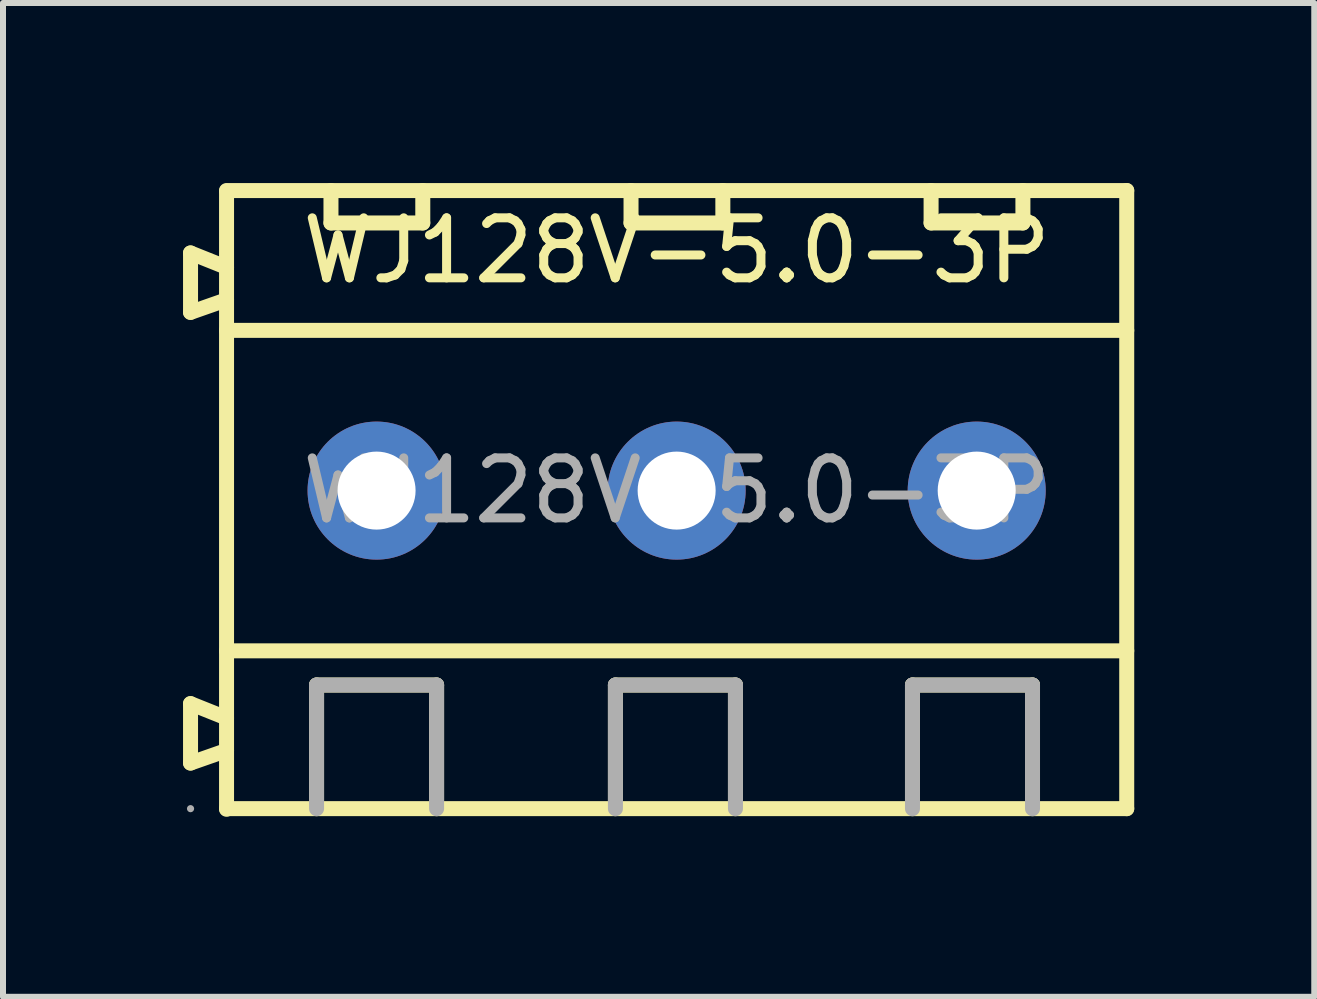
<source format=kicad_pcb>
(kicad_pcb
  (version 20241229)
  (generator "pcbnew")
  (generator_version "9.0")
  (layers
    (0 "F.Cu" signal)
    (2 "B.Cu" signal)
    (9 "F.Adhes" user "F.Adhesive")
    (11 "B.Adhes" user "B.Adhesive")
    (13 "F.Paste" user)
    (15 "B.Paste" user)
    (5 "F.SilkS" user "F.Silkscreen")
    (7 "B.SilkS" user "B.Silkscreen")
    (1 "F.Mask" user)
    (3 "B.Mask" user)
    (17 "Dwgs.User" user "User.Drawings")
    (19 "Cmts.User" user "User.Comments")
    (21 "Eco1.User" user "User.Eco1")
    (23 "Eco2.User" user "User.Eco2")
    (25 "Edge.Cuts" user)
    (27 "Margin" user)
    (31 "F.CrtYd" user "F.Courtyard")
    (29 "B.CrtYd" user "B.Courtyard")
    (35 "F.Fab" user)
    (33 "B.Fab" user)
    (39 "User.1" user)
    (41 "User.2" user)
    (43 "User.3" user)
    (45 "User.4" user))
  (footprint "WJ128V-5.0-3P"
    (layer "F.Cu")
    (at 8.225 5.125)
    (property "Reference" "WJ128V-5.0-3P" (at 0 -4 0) (layer "F.SilkS") (effects (font (size 1 1) (thickness 0.15))))
    (attr through_hole)
    (fp_line (start -8.1 -3.96) (end -8.1 -2.97) (stroke (width 0.25) (type solid)) (layer "F.SilkS"))
    (fp_line (start -8.1 -2.97) (end -7.5 -3.18) (stroke (width 0.25) (type solid)) (layer "F.SilkS"))
    (fp_line (start -8.1 3.55) (end -8.1 4.54) (stroke (width 0.25) (type solid)) (layer "F.SilkS"))
    (fp_line (start -8.1 4.54) (end -7.5 4.33) (stroke (width 0.25) (type solid)) (layer "F.SilkS"))
    (fp_line (start -7.5 -5) (end 7.5 -5) (stroke (width 0.25) (type solid)) (layer "F.SilkS"))
    (fp_line (start -7.5 -4.99) (end -7.5 5.31) (stroke (width 0.25) (type solid)) (layer "F.SilkS"))
    (fp_line (start -7.5 -3.72) (end -8.1 -3.96) (stroke (width 0.25) (type solid)) (layer "F.SilkS"))
    (fp_line (start -7.5 -2.67) (end 7.5 -2.67) (stroke (width 0.25) (type solid)) (layer "F.SilkS"))
    (fp_line (start -7.5 2.67) (end 7.5 2.67) (stroke (width 0.25) (type solid)) (layer "F.SilkS"))
    (fp_line (start -7.5 3.79) (end -8.1 3.55) (stroke (width 0.25) (type solid)) (layer "F.SilkS"))
    (fp_line (start -7.5 5.3) (end 7.5 5.3) (stroke (width 0.25) (type solid)) (layer "F.SilkS"))
    (fp_line (start -6 3.24) (end -4 3.24) (stroke (width 0.25) (type solid)) (layer "F.SilkS"))
    (fp_line (start -6 5.3) (end -6 3.24) (stroke (width 0.25) (type solid)) (layer "F.SilkS"))
    (fp_line (start -5.76 -4.46) (end -5.76 -5) (stroke (width 0.25) (type solid)) (layer "F.SilkS"))
    (fp_line (start -4.23 -5) (end -4.23 -4.46) (stroke (width 0.25) (type solid)) (layer "F.SilkS"))
    (fp_line (start -4.23 -4.46) (end -5.76 -4.46) (stroke (width 0.25) (type solid)) (layer "F.SilkS"))
    (fp_line (start -4 3.24) (end -4 5.3) (stroke (width 0.25) (type solid)) (layer "F.SilkS"))
    (fp_line (start -1.02 3.24) (end 0.98 3.24) (stroke (width 0.25) (type solid)) (layer "F.SilkS"))
    (fp_line (start -1.02 5.3) (end -1.02 3.24) (stroke (width 0.25) (type solid)) (layer "F.SilkS"))
    (fp_line (start -0.76 -4.46) (end -0.76 -5) (stroke (width 0.25) (type solid)) (layer "F.SilkS"))
    (fp_line (start 0.77 -5) (end 0.77 -4.46) (stroke (width 0.25) (type solid)) (layer "F.SilkS"))
    (fp_line (start 0.77 -4.46) (end -0.76 -4.46) (stroke (width 0.25) (type solid)) (layer "F.SilkS"))
    (fp_line (start 0.98 3.24) (end 0.98 5.3) (stroke (width 0.25) (type solid)) (layer "F.SilkS"))
    (fp_line (start 3.93 3.24) (end 5.93 3.24) (stroke (width 0.25) (type solid)) (layer "F.SilkS"))
    (fp_line (start 3.93 5.3) (end 3.93 3.24) (stroke (width 0.25) (type solid)) (layer "F.SilkS"))
    (fp_line (start 4.24 -4.46) (end 4.24 -5) (stroke (width 0.25) (type solid)) (layer "F.SilkS"))
    (fp_line (start 5.77 -5) (end 5.77 -4.46) (stroke (width 0.25) (type solid)) (layer "F.SilkS"))
    (fp_line (start 5.77 -4.46) (end 4.24 -4.46) (stroke (width 0.25) (type solid)) (layer "F.SilkS"))
    (fp_line (start 5.93 3.24) (end 5.93 5.3) (stroke (width 0.25) (type solid)) (layer "F.SilkS"))
    (fp_line (start 7.5 -5) (end 7.5 5.3) (stroke (width 0.25) (type solid)) (layer "F.SilkS"))
    (fp_line (start -6 3.24) (end -4 3.24) (stroke (width 0.25) (type solid)) (layer "F.Fab"))
    (fp_line (start -6 5.3) (end -6 3.24) (stroke (width 0.25) (type solid)) (layer "F.Fab"))
    (fp_line (start -4 3.24) (end -4 5.3) (stroke (width 0.25) (type solid)) (layer "F.Fab"))
    (fp_line (start -1.02 3.24) (end 0.98 3.24) (stroke (width 0.25) (type solid)) (layer "F.Fab"))
    (fp_line (start -1.02 5.3) (end -1.02 3.24) (stroke (width 0.25) (type solid)) (layer "F.Fab"))
    (fp_line (start 0.98 3.24) (end 0.98 5.3) (stroke (width 0.25) (type solid)) (layer "F.Fab"))
    (fp_line (start 3.93 3.24) (end 5.93 3.24) (stroke (width 0.25) (type solid)) (layer "F.Fab"))
    (fp_line (start 3.93 5.3) (end 3.93 3.24) (stroke (width 0.25) (type solid)) (layer "F.Fab"))
    (fp_line (start 5.93 3.24) (end 5.93 5.3) (stroke (width 0.25) (type solid)) (layer "F.Fab"))
    (fp_circle (center -8.1 5.3) (end -8.07 5.3) (stroke (width 0.06) (type solid)) (fill no) (layer "F.Fab"))
    (fp_circle (center -5 0) (end -4.72 0) (stroke (width 0.55) (type solid)) (fill no) (layer "F.Fab"))
    (fp_circle (center 0 0) (end 0.28 0) (stroke (width 0.55) (type solid)) (fill no) (layer "F.Fab"))
    (fp_circle (center 5 0) (end 5.28 0) (stroke (width 0.55) (type solid)) (fill no) (layer "F.Fab"))
    (fp_text user "${REFERENCE}" (at 0 0 0) (layer "F.Fab") (effects (font (size 1 1) (thickness 0.15))))
    (pad "1" thru_hole circle (at -5 0) (size 2.3 2.3) (drill 1.3) (layers "*.Cu" "*.Mask"))
    (pad "2" thru_hole circle (at 0 0) (size 2.3 2.3) (drill 1.3) (layers "*.Cu" "*.Mask"))
    (pad "3" thru_hole circle (at 5 0) (size 2.3 2.3) (drill 1.3) (layers "*.Cu" "*.Mask")))
  (gr_rect
    (start -3 -3)
    (end 18.85 13.56)
    (stroke (width 0.1) (type default))
    (fill no)
    (layer "Edge.Cuts")))
</source>
